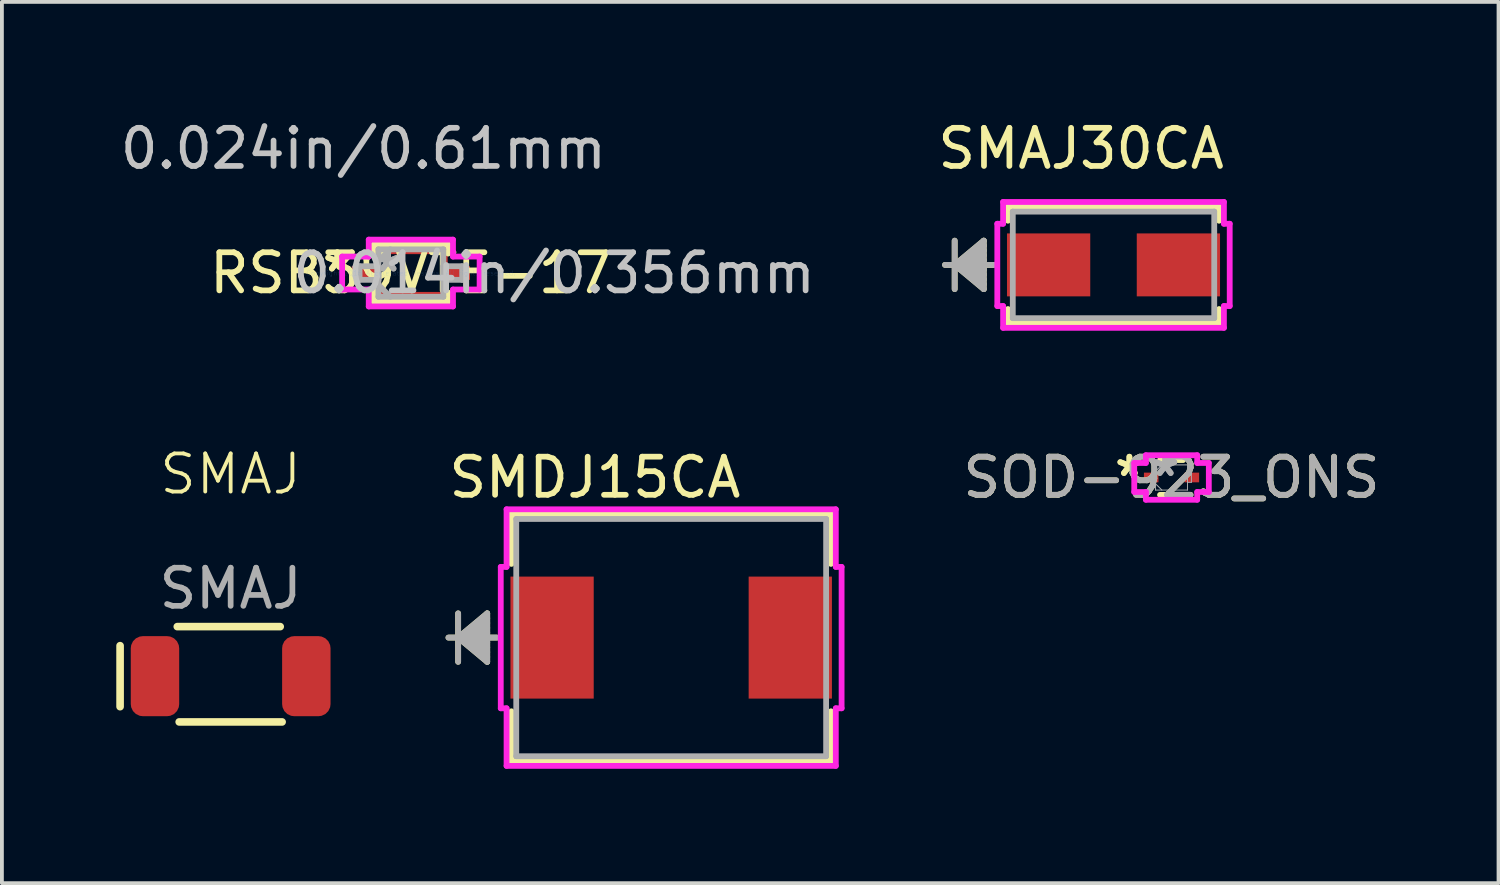
<source format=kicad_pcb>
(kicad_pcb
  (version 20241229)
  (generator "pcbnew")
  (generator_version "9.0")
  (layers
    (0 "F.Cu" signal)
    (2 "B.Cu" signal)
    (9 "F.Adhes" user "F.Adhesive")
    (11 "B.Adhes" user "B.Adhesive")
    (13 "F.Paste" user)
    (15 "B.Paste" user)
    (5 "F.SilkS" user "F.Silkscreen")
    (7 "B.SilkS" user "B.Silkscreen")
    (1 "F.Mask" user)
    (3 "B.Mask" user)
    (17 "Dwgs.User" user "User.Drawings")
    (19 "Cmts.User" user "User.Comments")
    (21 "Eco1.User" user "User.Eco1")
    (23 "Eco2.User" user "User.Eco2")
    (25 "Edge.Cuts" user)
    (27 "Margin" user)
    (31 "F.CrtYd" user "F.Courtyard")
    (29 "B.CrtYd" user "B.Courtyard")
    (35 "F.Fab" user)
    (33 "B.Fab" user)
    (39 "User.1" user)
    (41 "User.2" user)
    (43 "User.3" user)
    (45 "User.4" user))
  (footprint "RSB39VTE-17"
    (layer "F.Cu")
    (at 7.727 4.112)
    (property "Reference" "RSB39VTE-17" (at 0 0 0) (layer "F.SilkS") (effects (font (size 1 1) (thickness 0.15))))
    (attr through_hole)
    (fp_line (start -0.889 -0.572) (end 0.889 -0.572) (stroke (width 0.152) (type solid)) (layer "F.Cu"))
    (fp_line (start -0.889 0.572) (end -0.889 -0.572) (stroke (width 0.152) (type solid)) (layer "F.Cu"))
    (fp_line (start 0.889 -0.572) (end 0.889 0.572) (stroke (width 0.152) (type solid)) (layer "F.Cu"))
    (fp_line (start 0.889 0.572) (end -0.889 0.572) (stroke (width 0.152) (type solid)) (layer "F.Cu"))
    (fp_line (start -0.978 -0.749) (end -0.978 -0.511) (stroke (width 0.152) (type solid)) (layer "F.SilkS"))
    (fp_line (start -0.978 0.511) (end -0.978 0.749) (stroke (width 0.152) (type solid)) (layer "F.SilkS"))
    (fp_line (start -0.978 0.749) (end 0.978 0.749) (stroke (width 0.152) (type solid)) (layer "F.SilkS"))
    (fp_line (start 0.978 -0.749) (end -0.978 -0.749) (stroke (width 0.152) (type solid)) (layer "F.SilkS"))
    (fp_line (start 0.978 -0.511) (end 0.978 -0.749) (stroke (width 0.152) (type solid)) (layer "F.SilkS"))
    (fp_line (start 0.978 0.749) (end 0.978 0.511) (stroke (width 0.152) (type solid)) (layer "F.SilkS"))
    (fp_line (start -1.803 -0.432) (end -1.105 -0.432) (stroke (width 0.152) (type solid)) (layer "F.CrtYd"))
    (fp_line (start -1.803 0.432) (end -1.803 -0.432) (stroke (width 0.152) (type solid)) (layer "F.CrtYd"))
    (fp_line (start -1.105 -0.876) (end 1.105 -0.876) (stroke (width 0.152) (type solid)) (layer "F.CrtYd"))
    (fp_line (start -1.105 -0.432) (end -1.105 -0.876) (stroke (width 0.152) (type solid)) (layer "F.CrtYd"))
    (fp_line (start -1.105 0.432) (end -1.803 0.432) (stroke (width 0.152) (type solid)) (layer "F.CrtYd"))
    (fp_line (start -1.105 0.876) (end -1.105 0.432) (stroke (width 0.152) (type solid)) (layer "F.CrtYd"))
    (fp_line (start 1.105 -0.876) (end 1.105 -0.432) (stroke (width 0.152) (type solid)) (layer "F.CrtYd"))
    (fp_line (start 1.105 -0.432) (end 1.803 -0.432) (stroke (width 0.152) (type solid)) (layer "F.CrtYd"))
    (fp_line (start 1.105 0.432) (end 1.105 0.876) (stroke (width 0.152) (type solid)) (layer "F.CrtYd"))
    (fp_line (start 1.105 0.876) (end -1.105 0.876) (stroke (width 0.152) (type solid)) (layer "F.CrtYd"))
    (fp_line (start 1.803 -0.432) (end 1.803 0.432) (stroke (width 0.152) (type solid)) (layer "F.CrtYd"))
    (fp_line (start 1.803 0.432) (end 1.105 0.432) (stroke (width 0.152) (type solid)) (layer "F.CrtYd"))
    (fp_line (start -1.346 -0.178) (end -1.346 0.178) (stroke (width 0.152) (type solid)) (layer "F.Fab"))
    (fp_line (start -1.346 0.178) (end -0.851 0.178) (stroke (width 0.152) (type solid)) (layer "F.Fab"))
    (fp_line (start -0.851 -0.622) (end -0.851 0.622) (stroke (width 0.152) (type solid)) (layer "F.Fab"))
    (fp_line (start -0.851 -0.311) (end -0.54 -0.622) (stroke (width 0.152) (type solid)) (layer "F.Fab"))
    (fp_line (start -0.851 -0.178) (end -1.346 -0.178) (stroke (width 0.152) (type solid)) (layer "F.Fab"))
    (fp_line (start -0.851 0.178) (end -0.851 -0.178) (stroke (width 0.152) (type solid)) (layer "F.Fab"))
    (fp_line (start -0.851 0.311) (end -0.54 0.622) (stroke (width 0.152) (type solid)) (layer "F.Fab"))
    (fp_line (start -0.851 0.622) (end 0.851 0.622) (stroke (width 0.152) (type solid)) (layer "F.Fab"))
    (fp_line (start 0.851 -0.622) (end -0.851 -0.622) (stroke (width 0.152) (type solid)) (layer "F.Fab"))
    (fp_line (start 0.851 -0.178) (end 0.851 0.178) (stroke (width 0.152) (type solid)) (layer "F.Fab"))
    (fp_line (start 0.851 0.178) (end 1.346 0.178) (stroke (width 0.152) (type solid)) (layer "F.Fab"))
    (fp_line (start 0.851 0.622) (end 0.851 -0.622) (stroke (width 0.152) (type solid)) (layer "F.Fab"))
    (fp_line (start 1.346 -0.178) (end 0.851 -0.178) (stroke (width 0.152) (type solid)) (layer "F.Fab"))
    (fp_line (start 1.346 0.178) (end 1.346 -0.178) (stroke (width 0.152) (type solid)) (layer "F.Fab"))
    (fp_text user "*" (at -1.93 0 0) (layer "F.SilkS") (effects (font (size 1 1) (thickness 0.15))))
    (fp_text user "*" (at -1.93 0 0) (layer "F.SilkS") (effects (font (size 1 1) (thickness 0.15))))
    (fp_text user "0.024in/0.61mm" (at -1.245 -3.264 0) (layer "Dwgs.User") (effects (font (size 1 1) (thickness 0.15))))
    (fp_text user "0.014in/0.356mm" (at 3.759 0 0) (layer "Dwgs.User") (effects (font (size 1 1) (thickness 0.15))))
    (fp_text user "Copyright 2016 Accelerated Designs. All rights reserved." (at 0 0 0) (layer "Cmts.User") (effects (font (size 0.127 0.127) (thickness 0.002))))
    (fp_text user "*" (at -0.597 0 0) (layer "F.Fab") (effects (font (size 1 1) (thickness 0.15))))
    (fp_text user "*" (at -0.597 0 0) (layer "F.Fab") (effects (font (size 1 1) (thickness 0.15))))
    (pad "1" smd rect (at -1.245 0) (size 0.61 0.356) (layers "F.Cu" "F.Mask" "F.Paste"))
    (pad "2" smd rect (at 1.245 0) (size 0.61 0.356) (layers "F.Cu" "F.Mask" "F.Paste")))
  (footprint "SMDJ15CA"
    (layer "F.Cu")
    (at 14.555 13.674)
    (property "Reference" "SMDJ15CA" (at -2 -4.2 0) (layer "F.SilkS") (effects (font (size 1 1) (thickness 0.15))))
    (attr through_hole)
    (fp_line (start -5.588 -0.635) (end -5.588 0.635) (stroke (width 0.152) (type solid)) (layer "F.SilkS"))
    (fp_line (start -5.588 0) (end -4.826 -0.635) (stroke (width 0.152) (type solid)) (layer "F.SilkS"))
    (fp_line (start -5.588 0) (end -4.826 -0.508) (stroke (width 0.152) (type solid)) (layer "F.SilkS"))
    (fp_line (start -5.588 0) (end -4.826 -0.381) (stroke (width 0.152) (type solid)) (layer "F.SilkS"))
    (fp_line (start -5.588 0) (end -4.826 -0.254) (stroke (width 0.152) (type solid)) (layer "F.SilkS"))
    (fp_line (start -5.588 0) (end -4.826 -0.127) (stroke (width 0.152) (type solid)) (layer "F.SilkS"))
    (fp_line (start -5.588 0) (end -4.826 0.127) (stroke (width 0.152) (type solid)) (layer "F.SilkS"))
    (fp_line (start -5.588 0) (end -4.826 0.254) (stroke (width 0.152) (type solid)) (layer "F.SilkS"))
    (fp_line (start -5.588 0) (end -4.826 0.381) (stroke (width 0.152) (type solid)) (layer "F.SilkS"))
    (fp_line (start -5.588 0) (end -4.826 0.508) (stroke (width 0.152) (type solid)) (layer "F.SilkS"))
    (fp_line (start -5.588 0) (end -4.826 0.635) (stroke (width 0.152) (type solid)) (layer "F.SilkS"))
    (fp_line (start -4.826 -0.635) (end -4.826 0.635) (stroke (width 0.152) (type solid)) (layer "F.SilkS"))
    (fp_line (start -4.572 0) (end -5.842 0) (stroke (width 0.152) (type solid)) (layer "F.SilkS"))
    (fp_line (start -4.191 -3.239) (end -4.191 -1.933) (stroke (width 0.152) (type solid)) (layer "F.SilkS"))
    (fp_line (start -4.191 1.933) (end -4.191 3.239) (stroke (width 0.152) (type solid)) (layer "F.SilkS"))
    (fp_line (start -4.191 3.239) (end 4.191 3.239) (stroke (width 0.152) (type solid)) (layer "F.SilkS"))
    (fp_line (start 4.191 -3.239) (end -4.191 -3.239) (stroke (width 0.152) (type solid)) (layer "F.SilkS"))
    (fp_line (start 4.191 -1.933) (end 4.191 -3.239) (stroke (width 0.152) (type solid)) (layer "F.SilkS"))
    (fp_line (start 4.191 3.239) (end 4.191 1.933) (stroke (width 0.152) (type solid)) (layer "F.SilkS"))
    (fp_line (start -4.47 -1.854) (end -4.318 -1.854) (stroke (width 0.152) (type solid)) (layer "F.CrtYd"))
    (fp_line (start -4.47 1.854) (end -4.47 -1.854) (stroke (width 0.152) (type solid)) (layer "F.CrtYd"))
    (fp_line (start -4.318 -3.365) (end 4.318 -3.365) (stroke (width 0.152) (type solid)) (layer "F.CrtYd"))
    (fp_line (start -4.318 -1.854) (end -4.318 -3.365) (stroke (width 0.152) (type solid)) (layer "F.CrtYd"))
    (fp_line (start -4.318 1.854) (end -4.47 1.854) (stroke (width 0.152) (type solid)) (layer "F.CrtYd"))
    (fp_line (start -4.318 3.365) (end -4.318 1.854) (stroke (width 0.152) (type solid)) (layer "F.CrtYd"))
    (fp_line (start 4.318 -3.365) (end 4.318 -1.854) (stroke (width 0.152) (type solid)) (layer "F.CrtYd"))
    (fp_line (start 4.318 -1.854) (end 4.47 -1.854) (stroke (width 0.152) (type solid)) (layer "F.CrtYd"))
    (fp_line (start 4.318 1.854) (end 4.318 3.365) (stroke (width 0.152) (type solid)) (layer "F.CrtYd"))
    (fp_line (start 4.318 3.365) (end -4.318 3.365) (stroke (width 0.152) (type solid)) (layer "F.CrtYd"))
    (fp_line (start 4.47 -1.854) (end 4.47 1.854) (stroke (width 0.152) (type solid)) (layer "F.CrtYd"))
    (fp_line (start 4.47 1.854) (end 4.318 1.854) (stroke (width 0.152) (type solid)) (layer "F.CrtYd"))
    (fp_line (start -5.588 -0.635) (end -5.588 0.635) (stroke (width 0.152) (type solid)) (layer "F.Fab"))
    (fp_line (start -5.588 0) (end -4.826 -0.635) (stroke (width 0.152) (type solid)) (layer "F.Fab"))
    (fp_line (start -5.588 0) (end -4.826 -0.508) (stroke (width 0.152) (type solid)) (layer "F.Fab"))
    (fp_line (start -5.588 0) (end -4.826 -0.381) (stroke (width 0.152) (type solid)) (layer "F.Fab"))
    (fp_line (start -5.588 0) (end -4.826 -0.254) (stroke (width 0.152) (type solid)) (layer "F.Fab"))
    (fp_line (start -5.588 0) (end -4.826 -0.127) (stroke (width 0.152) (type solid)) (layer "F.Fab"))
    (fp_line (start -5.588 0) (end -4.826 0.127) (stroke (width 0.152) (type solid)) (layer "F.Fab"))
    (fp_line (start -5.588 0) (end -4.826 0.254) (stroke (width 0.152) (type solid)) (layer "F.Fab"))
    (fp_line (start -5.588 0) (end -4.826 0.381) (stroke (width 0.152) (type solid)) (layer "F.Fab"))
    (fp_line (start -5.588 0) (end -4.826 0.508) (stroke (width 0.152) (type solid)) (layer "F.Fab"))
    (fp_line (start -5.588 0) (end -4.826 0.635) (stroke (width 0.152) (type solid)) (layer "F.Fab"))
    (fp_line (start -4.826 -0.635) (end -4.826 0.635) (stroke (width 0.152) (type solid)) (layer "F.Fab"))
    (fp_line (start -4.572 0) (end -5.842 0) (stroke (width 0.152) (type solid)) (layer "F.Fab"))
    (fp_line (start -4.064 -3.111) (end -4.064 3.111) (stroke (width 0.152) (type solid)) (layer "F.Fab"))
    (fp_line (start -4.064 3.111) (end 4.064 3.111) (stroke (width 0.152) (type solid)) (layer "F.Fab"))
    (fp_line (start 4.064 -3.111) (end -4.064 -3.111) (stroke (width 0.152) (type solid)) (layer "F.Fab"))
    (fp_line (start 4.064 3.111) (end 4.064 -3.111) (stroke (width 0.152) (type solid)) (layer "F.Fab"))
    (pad "1" smd rect (at -3.124 0 90) (size 3.2 2.184) (layers "F.Cu" "F.Mask" "F.Paste"))
    (pad "2" smd rect (at 3.124 0 90) (size 3.2 2.184) (layers "F.Cu" "F.Mask" "F.Paste")))
  (footprint "SOD-923_ONS"
    (layer "F.Cu")
    (at 27.679 9.474)
    (property "Reference" "SOD-923_ONS" (at 0 0 0) (unlocked yes) (layer "F.SilkS") (effects (font (size 1 1) (thickness 0.15))))
    (attr smd)
    (fp_line (start -0.302 0.457) (end 0.302 0.457) (stroke (width 0.152) (type solid)) (layer "F.SilkS"))
    (fp_line (start 0.302 -0.457) (end -0.302 -0.457) (stroke (width 0.152) (type solid)) (layer "F.SilkS"))
    (fp_line (start -0.978 -0.381) (end -0.673 -0.381) (stroke (width 0.152) (type solid)) (layer "F.CrtYd"))
    (fp_line (start -0.978 0.381) (end -0.978 -0.381) (stroke (width 0.152) (type solid)) (layer "F.CrtYd"))
    (fp_line (start -0.673 -0.584) (end 0.673 -0.584) (stroke (width 0.152) (type solid)) (layer "F.CrtYd"))
    (fp_line (start -0.673 -0.381) (end -0.673 -0.584) (stroke (width 0.152) (type solid)) (layer "F.CrtYd"))
    (fp_line (start -0.673 0.381) (end -0.978 0.381) (stroke (width 0.152) (type solid)) (layer "F.CrtYd"))
    (fp_line (start -0.673 0.584) (end -0.673 0.381) (stroke (width 0.152) (type solid)) (layer "F.CrtYd"))
    (fp_line (start 0.673 -0.584) (end 0.673 -0.381) (stroke (width 0.152) (type solid)) (layer "F.CrtYd"))
    (fp_line (start 0.673 -0.381) (end 0.978 -0.381) (stroke (width 0.152) (type solid)) (layer "F.CrtYd"))
    (fp_line (start 0.673 0.381) (end 0.673 0.584) (stroke (width 0.152) (type solid)) (layer "F.CrtYd"))
    (fp_line (start 0.673 0.584) (end -0.673 0.584) (stroke (width 0.152) (type solid)) (layer "F.CrtYd"))
    (fp_line (start 0.978 -0.381) (end 0.978 0.381) (stroke (width 0.152) (type solid)) (layer "F.CrtYd"))
    (fp_line (start 0.978 0.381) (end 0.673 0.381) (stroke (width 0.152) (type solid)) (layer "F.CrtYd"))
    (fp_line (start -0.521 -0.127) (end -0.521 0.127) (stroke (width 0.025) (type solid)) (layer "F.Fab"))
    (fp_line (start -0.521 0.127) (end -0.419 0.127) (stroke (width 0.025) (type solid)) (layer "F.Fab"))
    (fp_line (start -0.419 -0.33) (end -0.419 0.33) (stroke (width 0.025) (type solid)) (layer "F.Fab"))
    (fp_line (start -0.419 -0.165) (end -0.254 -0.33) (stroke (width 0.025) (type solid)) (layer "F.Fab"))
    (fp_line (start -0.419 -0.127) (end -0.521 -0.127) (stroke (width 0.025) (type solid)) (layer "F.Fab"))
    (fp_line (start -0.419 0.127) (end -0.419 -0.127) (stroke (width 0.025) (type solid)) (layer "F.Fab"))
    (fp_line (start -0.419 0.165) (end -0.254 0.33) (stroke (width 0.025) (type solid)) (layer "F.Fab"))
    (fp_line (start -0.419 0.33) (end 0.419 0.33) (stroke (width 0.025) (type solid)) (layer "F.Fab"))
    (fp_line (start 0.419 -0.33) (end -0.419 -0.33) (stroke (width 0.025) (type solid)) (layer "F.Fab"))
    (fp_line (start 0.419 -0.127) (end 0.419 0.127) (stroke (width 0.025) (type solid)) (layer "F.Fab"))
    (fp_line (start 0.419 0.127) (end 0.521 0.127) (stroke (width 0.025) (type solid)) (layer "F.Fab"))
    (fp_line (start 0.419 0.33) (end 0.419 -0.33) (stroke (width 0.025) (type solid)) (layer "F.Fab"))
    (fp_line (start 0.521 -0.127) (end 0.419 -0.127) (stroke (width 0.025) (type solid)) (layer "F.Fab"))
    (fp_line (start 0.521 0.127) (end 0.521 -0.127) (stroke (width 0.025) (type solid)) (layer "F.Fab"))
    (fp_text user "*" (at -1.105 0 0) (layer "F.SilkS") (effects (font (size 1 1) (thickness 0.15))))
    (fp_text user "*" (at -1.105 0 0) (unlocked yes) (layer "F.SilkS") (effects (font (size 1 1) (thickness 0.15))))
    (fp_text user "*" (at -0.165 0 0) (layer "F.Fab") (effects (font (size 1 1) (thickness 0.15))))
    (fp_text user "*" (at -0.165 0 0) (unlocked yes) (layer "F.Fab") (effects (font (size 1 1) (thickness 0.15))))
    (fp_text user "${REFERENCE}" (at 0 0 0) (unlocked yes) (layer "F.Fab") (effects (font (size 1 1) (thickness 0.15))))
    (pad "1" smd rect (at -0.533 0) (size 0.381 0.254) (layers "F.Cu" "F.Mask" "F.Paste"))
    (pad "2" smd rect (at 0.533 0) (size 0.381 0.254) (layers "F.Cu" "F.Mask" "F.Paste"))
    (zone (net_name "") (layer "F.Cu") (hatch full 0.508) (connect_pads) (min_thickness 0.254) (filled_areas_thickness no) (keepout (tracks not_allowed) (vias not_allowed) (pads allowed) (copperpour not_allowed) (footprints allowed)) (placement (enabled no)) (fill) (polygon (pts (xy 27.386 9.194) (xy 27.971 9.194) (xy 27.971 9.753) (xy 27.386 9.753)))))
  (footprint "SMAJ30CA"
    (layer "F.Cu")
    (at 26.157 3.898)
    (property "Reference" "SMAJ30CA" (at -0.85 -3.05 0) (layer "F.SilkS") (effects (font (size 1 1) (thickness 0.15))))
    (attr through_hole)
    (fp_line (start -4.166 -0.635) (end -4.166 0.635) (stroke (width 0.152) (type solid)) (layer "F.SilkS"))
    (fp_line (start -4.166 0) (end -3.404 -0.635) (stroke (width 0.152) (type solid)) (layer "F.SilkS"))
    (fp_line (start -4.166 0) (end -3.404 -0.508) (stroke (width 0.152) (type solid)) (layer "F.SilkS"))
    (fp_line (start -4.166 0) (end -3.404 -0.381) (stroke (width 0.152) (type solid)) (layer "F.SilkS"))
    (fp_line (start -4.166 0) (end -3.404 -0.254) (stroke (width 0.152) (type solid)) (layer "F.SilkS"))
    (fp_line (start -4.166 0) (end -3.404 -0.127) (stroke (width 0.152) (type solid)) (layer "F.SilkS"))
    (fp_line (start -4.166 0) (end -3.404 0.127) (stroke (width 0.152) (type solid)) (layer "F.SilkS"))
    (fp_line (start -4.166 0) (end -3.404 0.254) (stroke (width 0.152) (type solid)) (layer "F.SilkS"))
    (fp_line (start -4.166 0) (end -3.404 0.381) (stroke (width 0.152) (type solid)) (layer "F.SilkS"))
    (fp_line (start -4.166 0) (end -3.404 0.508) (stroke (width 0.152) (type solid)) (layer "F.SilkS"))
    (fp_line (start -4.166 0) (end -3.404 0.635) (stroke (width 0.152) (type solid)) (layer "F.SilkS"))
    (fp_line (start -3.404 -0.635) (end -3.404 0.635) (stroke (width 0.152) (type solid)) (layer "F.SilkS"))
    (fp_line (start -3.15 0) (end -4.42 0) (stroke (width 0.152) (type solid)) (layer "F.SilkS"))
    (fp_line (start -2.769 -1.524) (end -2.769 -1.158) (stroke (width 0.152) (type solid)) (layer "F.SilkS"))
    (fp_line (start -2.769 1.158) (end -2.769 1.524) (stroke (width 0.152) (type solid)) (layer "F.SilkS"))
    (fp_line (start -2.769 1.524) (end 2.769 1.524) (stroke (width 0.152) (type solid)) (layer "F.SilkS"))
    (fp_line (start 2.769 -1.524) (end -2.769 -1.524) (stroke (width 0.152) (type solid)) (layer "F.SilkS"))
    (fp_line (start 2.769 -1.158) (end 2.769 -1.524) (stroke (width 0.152) (type solid)) (layer "F.SilkS"))
    (fp_line (start 2.769 1.524) (end 2.769 1.158) (stroke (width 0.152) (type solid)) (layer "F.SilkS"))
    (fp_line (start -3.048 -1.079) (end -2.896 -1.079) (stroke (width 0.152) (type solid)) (layer "F.CrtYd"))
    (fp_line (start -3.048 1.079) (end -3.048 -1.079) (stroke (width 0.152) (type solid)) (layer "F.CrtYd"))
    (fp_line (start -2.896 -1.651) (end 2.896 -1.651) (stroke (width 0.152) (type solid)) (layer "F.CrtYd"))
    (fp_line (start -2.896 -1.079) (end -2.896 -1.651) (stroke (width 0.152) (type solid)) (layer "F.CrtYd"))
    (fp_line (start -2.896 1.079) (end -3.048 1.079) (stroke (width 0.152) (type solid)) (layer "F.CrtYd"))
    (fp_line (start -2.896 1.651) (end -2.896 1.079) (stroke (width 0.152) (type solid)) (layer "F.CrtYd"))
    (fp_line (start 2.896 -1.651) (end 2.896 -1.079) (stroke (width 0.152) (type solid)) (layer "F.CrtYd"))
    (fp_line (start 2.896 -1.079) (end 3.048 -1.079) (stroke (width 0.152) (type solid)) (layer "F.CrtYd"))
    (fp_line (start 2.896 1.079) (end 2.896 1.651) (stroke (width 0.152) (type solid)) (layer "F.CrtYd"))
    (fp_line (start 2.896 1.651) (end -2.896 1.651) (stroke (width 0.152) (type solid)) (layer "F.CrtYd"))
    (fp_line (start 3.048 -1.079) (end 3.048 1.079) (stroke (width 0.152) (type solid)) (layer "F.CrtYd"))
    (fp_line (start 3.048 1.079) (end 2.896 1.079) (stroke (width 0.152) (type solid)) (layer "F.CrtYd"))
    (fp_line (start -4.166 -0.635) (end -4.166 0.635) (stroke (width 0.152) (type solid)) (layer "F.Fab"))
    (fp_line (start -4.166 0) (end -3.404 -0.635) (stroke (width 0.152) (type solid)) (layer "F.Fab"))
    (fp_line (start -4.166 0) (end -3.404 -0.508) (stroke (width 0.152) (type solid)) (layer "F.Fab"))
    (fp_line (start -4.166 0) (end -3.404 -0.381) (stroke (width 0.152) (type solid)) (layer "F.Fab"))
    (fp_line (start -4.166 0) (end -3.404 -0.254) (stroke (width 0.152) (type solid)) (layer "F.Fab"))
    (fp_line (start -4.166 0) (end -3.404 -0.127) (stroke (width 0.152) (type solid)) (layer "F.Fab"))
    (fp_line (start -4.166 0) (end -3.404 0.127) (stroke (width 0.152) (type solid)) (layer "F.Fab"))
    (fp_line (start -4.166 0) (end -3.404 0.254) (stroke (width 0.152) (type solid)) (layer "F.Fab"))
    (fp_line (start -4.166 0) (end -3.404 0.381) (stroke (width 0.152) (type solid)) (layer "F.Fab"))
    (fp_line (start -4.166 0) (end -3.404 0.508) (stroke (width 0.152) (type solid)) (layer "F.Fab"))
    (fp_line (start -4.166 0) (end -3.404 0.635) (stroke (width 0.152) (type solid)) (layer "F.Fab"))
    (fp_line (start -3.404 -0.635) (end -3.404 0.635) (stroke (width 0.152) (type solid)) (layer "F.Fab"))
    (fp_line (start -3.15 0) (end -4.42 0) (stroke (width 0.152) (type solid)) (layer "F.Fab"))
    (fp_line (start -2.642 -1.397) (end -2.642 1.397) (stroke (width 0.152) (type solid)) (layer "F.Fab"))
    (fp_line (start -2.642 1.397) (end 2.642 1.397) (stroke (width 0.152) (type solid)) (layer "F.Fab"))
    (fp_line (start 2.642 -1.397) (end -2.642 -1.397) (stroke (width 0.152) (type solid)) (layer "F.Fab"))
    (fp_line (start 2.642 1.397) (end 2.642 -1.397) (stroke (width 0.152) (type solid)) (layer "F.Fab"))
    (pad "1" smd rect (at -1.702 0 90) (size 1.651 2.184) (layers "F.Cu" "F.Mask" "F.Paste"))
    (pad "2" smd rect (at 1.702 0 90) (size 1.651 2.184) (layers "F.Cu" "F.Mask" "F.Paste")))
  (footprint "SMAJ"
    (layer "F.Cu")
    (at 3 14.686)
    (property "Reference" "SMAJ" (at 0 -5.3 0) (unlocked yes) (layer "F.SilkS") (effects (font (size 1 1) (thickness 0.1))))
    (attr smd)
    (fp_line (start -2.9 -0.8) (end -2.9 0.8) (stroke (width 0.2) (type default)) (layer "F.SilkS"))
    (fp_line (start -1.4 -1.3) (end 1.3 -1.3) (stroke (width 0.2) (type default)) (layer "F.SilkS"))
    (fp_line (start -1.35 1.2) (end 1.35 1.2) (stroke (width 0.2) (type default)) (layer "F.SilkS"))
    (fp_text user "${REFERENCE}" (at 0 -2.3 0) (unlocked yes) (layer "F.Fab") (effects (font (size 1 1) (thickness 0.15))))
    (pad "1" smd roundrect (at -1.985 0) (size 1.27 2.1) (layers "F.Cu" "F.Mask" "F.Paste") (roundrect_rratio 0.25))
    (pad "2" smd roundrect (at 1.985 0) (size 1.27 2.1) (layers "F.Cu" "F.Mask" "F.Paste") (roundrect_rratio 0.25)))
  (gr_rect
    (start -3 -3)
    (end 36.256 20.115)
    (stroke (width 0.1) (type default))
    (fill no)
    (layer "Edge.Cuts")))
</source>
